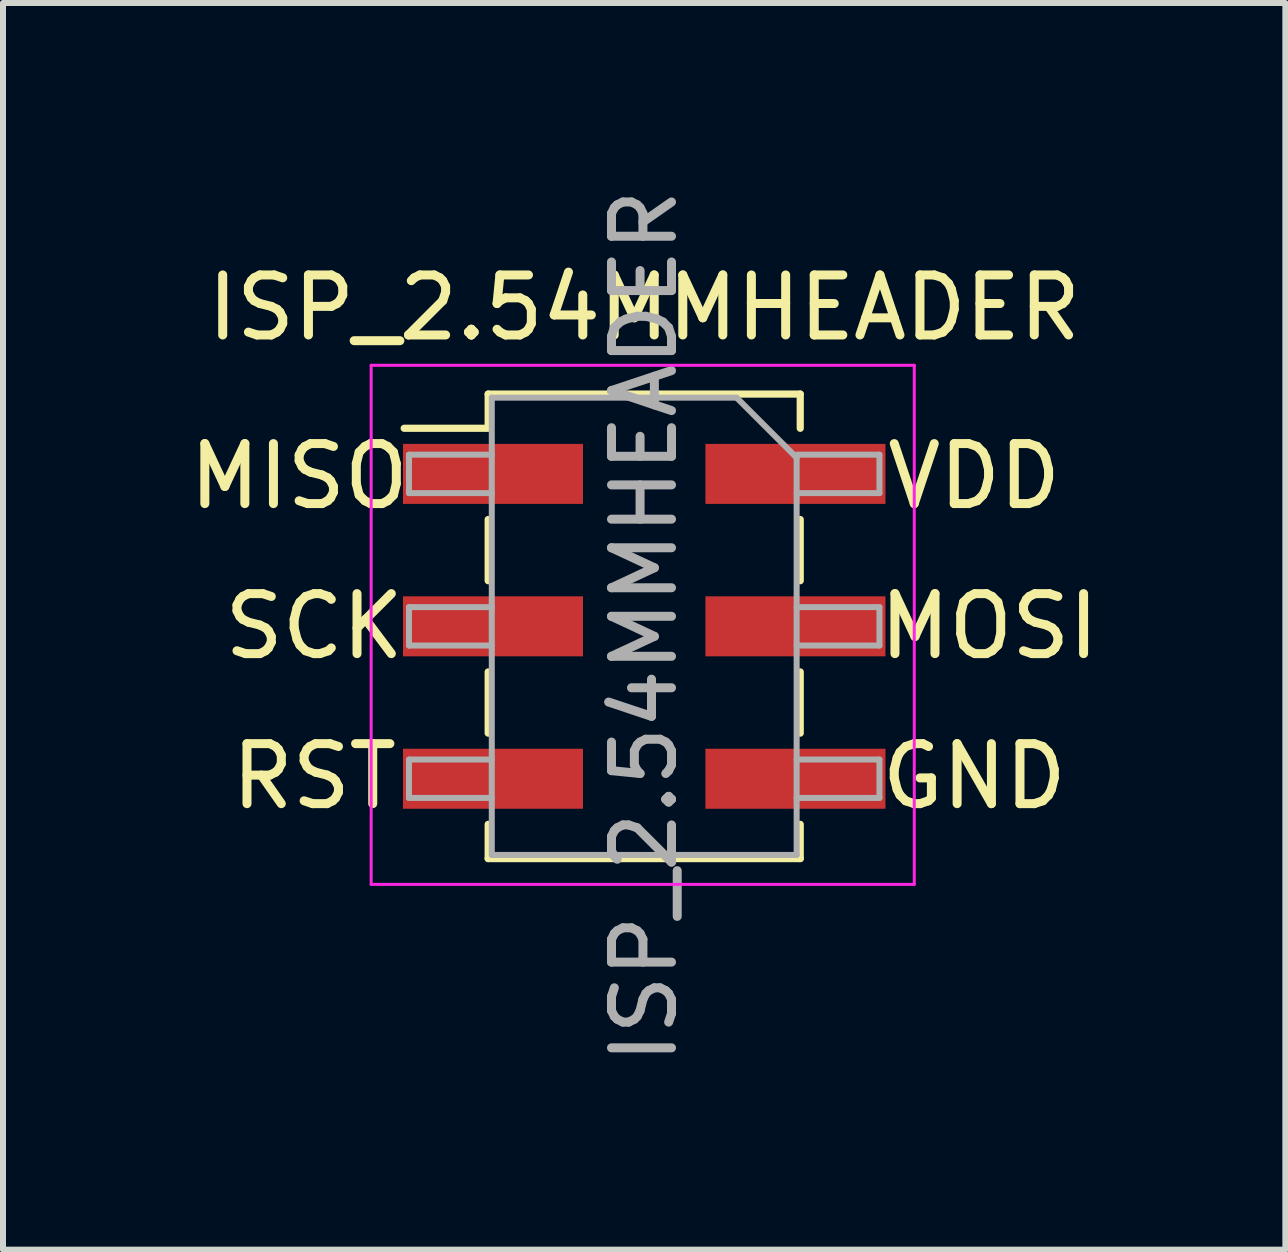
<source format=kicad_pcb>
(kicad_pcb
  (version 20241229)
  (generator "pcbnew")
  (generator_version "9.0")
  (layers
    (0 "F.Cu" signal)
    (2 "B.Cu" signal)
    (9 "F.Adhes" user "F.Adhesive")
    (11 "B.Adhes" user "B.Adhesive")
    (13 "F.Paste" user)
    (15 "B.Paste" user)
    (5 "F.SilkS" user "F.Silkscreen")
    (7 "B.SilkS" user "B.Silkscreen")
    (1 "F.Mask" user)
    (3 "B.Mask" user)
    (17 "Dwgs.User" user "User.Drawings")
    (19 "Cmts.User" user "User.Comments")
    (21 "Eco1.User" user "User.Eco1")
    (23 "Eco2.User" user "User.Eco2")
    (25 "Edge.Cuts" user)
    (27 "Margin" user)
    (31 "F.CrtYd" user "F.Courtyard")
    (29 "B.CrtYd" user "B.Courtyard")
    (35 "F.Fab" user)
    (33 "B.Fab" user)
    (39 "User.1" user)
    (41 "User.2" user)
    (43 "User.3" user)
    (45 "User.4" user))
  (footprint "ISP_2.54MMHEADER"
    (layer "F.Cu")
    (at 7.685 7.387)
    (property "Reference" "ISP_2.54MMHEADER" (at 0 -5.31 0) (layer "F.SilkS") (effects (font (size 1 1) (thickness 0.15))))
    (attr smd)
    (fp_line (start -4 -3.3) (end -2.64 -3.3) (stroke (width 0.12) (type solid)) (layer "F.SilkS"))
    (fp_line (start -2.6 -3.87) (end -2.6 -3.3) (stroke (width 0.12) (type solid)) (layer "F.SilkS"))
    (fp_line (start -2.6 -3.87) (end 2.6 -3.87) (stroke (width 0.12) (type solid)) (layer "F.SilkS"))
    (fp_line (start -2.6 -1.78) (end -2.6 -0.76) (stroke (width 0.12) (type solid)) (layer "F.SilkS"))
    (fp_line (start -2.6 0.76) (end -2.6 1.78) (stroke (width 0.12) (type solid)) (layer "F.SilkS"))
    (fp_line (start -2.6 3.3) (end -2.6 3.87) (stroke (width 0.12) (type solid)) (layer "F.SilkS"))
    (fp_line (start -2.6 3.87) (end 2.6 3.87) (stroke (width 0.12) (type solid)) (layer "F.SilkS"))
    (fp_line (start 2.6 -3.87) (end 2.6 -3.3) (stroke (width 0.12) (type solid)) (layer "F.SilkS"))
    (fp_line (start 2.6 -1.78) (end 2.6 -0.76) (stroke (width 0.12) (type solid)) (layer "F.SilkS"))
    (fp_line (start 2.6 0.76) (end 2.6 1.78) (stroke (width 0.12) (type solid)) (layer "F.SilkS"))
    (fp_line (start 2.6 3.3) (end 2.6 3.87) (stroke (width 0.12) (type solid)) (layer "F.SilkS"))
    (fp_line (start -4.55 -4.35) (end 4.5 -4.35) (stroke (width 0.05) (type solid)) (layer "F.CrtYd"))
    (fp_line (start -4.55 4.3) (end -4.55 -4.35) (stroke (width 0.05) (type solid)) (layer "F.CrtYd"))
    (fp_line (start 4.5 -4.35) (end 4.5 4.3) (stroke (width 0.05) (type solid)) (layer "F.CrtYd"))
    (fp_line (start 4.5 4.3) (end -4.55 4.3) (stroke (width 0.05) (type solid)) (layer "F.CrtYd"))
    (fp_line (start -3.92 -2.86) (end -2.54 -2.86) (stroke (width 0.1) (type solid)) (layer "F.Fab"))
    (fp_line (start -3.92 -2.22) (end -3.92 -2.86) (stroke (width 0.1) (type solid)) (layer "F.Fab"))
    (fp_line (start -3.92 -0.32) (end -2.54 -0.32) (stroke (width 0.1) (type solid)) (layer "F.Fab"))
    (fp_line (start -3.92 0.32) (end -3.92 -0.32) (stroke (width 0.1) (type solid)) (layer "F.Fab"))
    (fp_line (start -3.92 2.22) (end -2.54 2.22) (stroke (width 0.1) (type solid)) (layer "F.Fab"))
    (fp_line (start -3.92 2.86) (end -3.92 2.22) (stroke (width 0.1) (type solid)) (layer "F.Fab"))
    (fp_line (start -2.54 -3.81) (end 1.54 -3.81) (stroke (width 0.1) (type solid)) (layer "F.Fab"))
    (fp_line (start -2.54 -2.22) (end -3.92 -2.22) (stroke (width 0.1) (type solid)) (layer "F.Fab"))
    (fp_line (start -2.54 0.32) (end -3.92 0.32) (stroke (width 0.1) (type solid)) (layer "F.Fab"))
    (fp_line (start -2.54 2.86) (end -3.92 2.86) (stroke (width 0.1) (type solid)) (layer "F.Fab"))
    (fp_line (start -2.54 3.81) (end -2.54 -3.81) (stroke (width 0.1) (type solid)) (layer "F.Fab"))
    (fp_line (start 1.54 -3.81) (end 2.54 -2.81) (stroke (width 0.1) (type solid)) (layer "F.Fab"))
    (fp_line (start 2.54 -2.86) (end 3.92 -2.86) (stroke (width 0.1) (type solid)) (layer "F.Fab"))
    (fp_line (start 2.54 -2.81) (end 2.54 3.81) (stroke (width 0.1) (type solid)) (layer "F.Fab"))
    (fp_line (start 2.54 -0.32) (end 3.92 -0.32) (stroke (width 0.1) (type solid)) (layer "F.Fab"))
    (fp_line (start 2.54 2.22) (end 3.92 2.22) (stroke (width 0.1) (type solid)) (layer "F.Fab"))
    (fp_line (start 2.54 3.81) (end -2.54 3.81) (stroke (width 0.1) (type solid)) (layer "F.Fab"))
    (fp_line (start 3.92 -2.86) (end 3.92 -2.22) (stroke (width 0.1) (type solid)) (layer "F.Fab"))
    (fp_line (start 3.92 -2.22) (end 2.54 -2.22) (stroke (width 0.1) (type solid)) (layer "F.Fab"))
    (fp_line (start 3.92 -0.32) (end 3.92 0.32) (stroke (width 0.1) (type solid)) (layer "F.Fab"))
    (fp_line (start 3.92 0.32) (end 2.54 0.32) (stroke (width 0.1) (type solid)) (layer "F.Fab"))
    (fp_line (start 3.92 2.22) (end 3.92 2.86) (stroke (width 0.1) (type solid)) (layer "F.Fab"))
    (fp_line (start 3.92 2.86) (end 2.54 2.86) (stroke (width 0.1) (type solid)) (layer "F.Fab"))
    (fp_text user "SCK" (at -5.5 0 0) (layer "F.SilkS") (effects (font (size 1 1) (thickness 0.15))))
    (fp_text user "RST" (at -5.5 2.5 0) (layer "F.SilkS") (effects (font (size 1 1) (thickness 0.15))))
    (fp_text user "GND" (at 5.5 2.5 0) (layer "F.SilkS") (effects (font (size 1 1) (thickness 0.15))))
    (fp_text user "MISO" (at -5.75 -2.5 0) (layer "F.SilkS") (effects (font (size 1 1) (thickness 0.15))))
    (fp_text user "VDD" (at 5.5 -2.5 0) (layer "F.SilkS") (effects (font (size 1 1) (thickness 0.15))))
    (fp_text user "MOSI" (at 5.75 0 0) (layer "F.SilkS") (effects (font (size 1 1) (thickness 0.15))))
    (fp_text user "${REFERENCE}" (at 0 0 90) (layer "F.Fab") (effects (font (size 1 1) (thickness 0.15))))
    (pad "1" smd rect (at -2.52 -2.54) (size 3 1) (layers "F.Cu" "F.Mask" "F.Paste"))
    (pad "2" smd rect (at -2.52 0) (size 3 1) (layers "F.Cu" "F.Mask" "F.Paste"))
    (pad "3" smd rect (at -2.52 2.54) (size 3 1) (layers "F.Cu" "F.Mask" "F.Paste"))
    (pad "4" smd rect (at 2.52 -2.54) (size 3 1) (layers "F.Cu" "F.Mask" "F.Paste"))
    (pad "5" smd rect (at 2.52 0) (size 3 1) (layers "F.Cu" "F.Mask" "F.Paste"))
    (pad "6" smd rect (at 2.52 2.54) (size 3 1) (layers "F.Cu" "F.Mask" "F.Paste")))
  (gr_rect
    (start -3 -3)
    (end 18.369 17.774)
    (stroke (width 0.1) (type default))
    (fill no)
    (layer "Edge.Cuts")))
</source>
